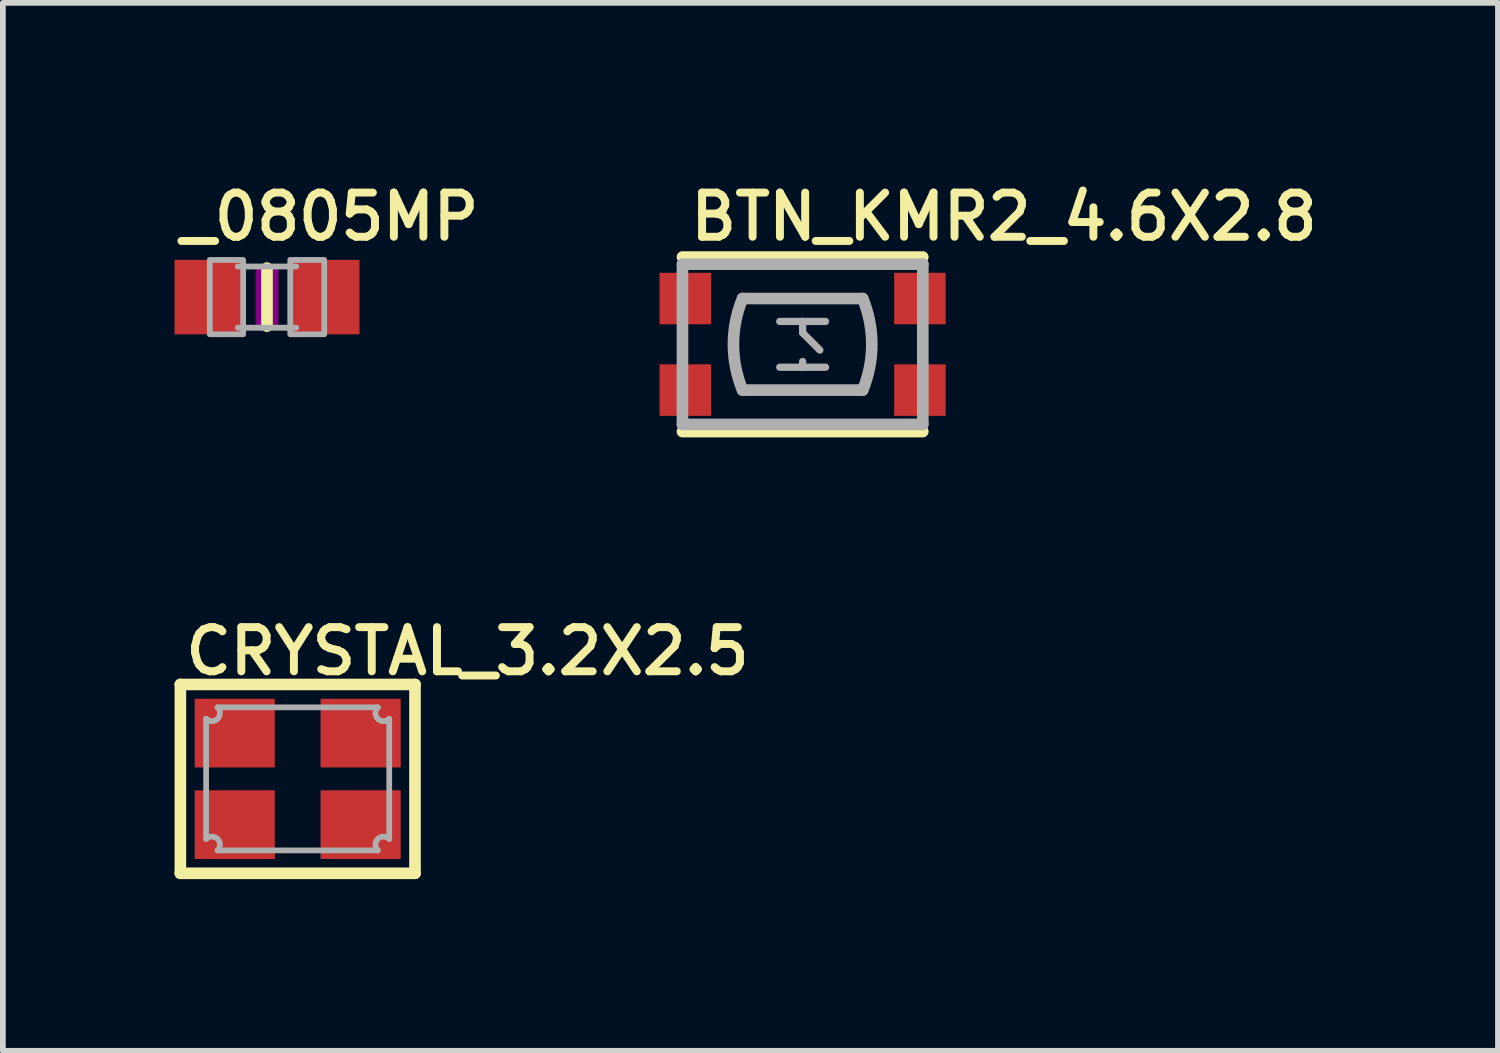
<source format=kicad_pcb>
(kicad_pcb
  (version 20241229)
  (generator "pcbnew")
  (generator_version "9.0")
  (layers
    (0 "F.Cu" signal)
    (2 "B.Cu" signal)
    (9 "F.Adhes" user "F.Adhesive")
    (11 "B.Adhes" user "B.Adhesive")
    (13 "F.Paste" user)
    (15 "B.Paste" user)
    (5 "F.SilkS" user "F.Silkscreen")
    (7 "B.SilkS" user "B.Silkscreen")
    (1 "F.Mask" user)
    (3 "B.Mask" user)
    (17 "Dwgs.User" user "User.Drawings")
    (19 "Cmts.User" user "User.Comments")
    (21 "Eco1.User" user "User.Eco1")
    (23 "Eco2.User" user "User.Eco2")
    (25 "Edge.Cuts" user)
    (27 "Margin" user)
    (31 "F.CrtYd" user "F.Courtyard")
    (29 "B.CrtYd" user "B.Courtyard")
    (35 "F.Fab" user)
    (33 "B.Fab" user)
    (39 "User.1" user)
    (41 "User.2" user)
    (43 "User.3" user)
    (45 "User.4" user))
  (footprint "BTN_KMR2_4.6X2.8"
    (layer "F.Cu")
    (at 10.976 2.967)
    (property "Reference" "BTN_KMR2_4.6X2.8" (at -2.032 -1.778 0) (layer "F.SilkS") (effects (font (size 0.772 0.772) (thickness 0.139)) (justify left bottom)))
    (attr through_hole)
    (fp_line (start -2.1 -1.525) (end 2.1 -1.525) (stroke (width 0.203) (type solid)) (layer "F.SilkS"))
    (fp_line (start 2.1 1.525) (end -2.1 1.525) (stroke (width 0.203) (type solid)) (layer "F.SilkS"))
    (fp_line (start -2.1 -1.4) (end 2.1 -1.4) (stroke (width 0.203) (type solid)) (layer "F.Fab"))
    (fp_line (start -2.1 1.4) (end -2.1 -1.4) (stroke (width 0.203) (type solid)) (layer "F.Fab"))
    (fp_line (start -1.05 -0.8) (end 1.05 -0.8) (stroke (width 0.203) (type solid)) (layer "F.Fab"))
    (fp_line (start -0.4 -0.4) (end 0 -0.4) (stroke (width 0.127) (type solid)) (layer "F.Fab"))
    (fp_line (start -0.4 0.4) (end 0 0.4) (stroke (width 0.127) (type solid)) (layer "F.Fab"))
    (fp_line (start 0 -0.4) (end 0 -0.2) (stroke (width 0.127) (type solid)) (layer "F.Fab"))
    (fp_line (start 0 -0.4) (end 0.4 -0.4) (stroke (width 0.127) (type solid)) (layer "F.Fab"))
    (fp_line (start 0 -0.2) (end 0.3 0.1) (stroke (width 0.127) (type solid)) (layer "F.Fab"))
    (fp_line (start 0 0.4) (end 0 0.3) (stroke (width 0.127) (type solid)) (layer "F.Fab"))
    (fp_line (start 0 0.4) (end 0.4 0.4) (stroke (width 0.127) (type solid)) (layer "F.Fab"))
    (fp_line (start 1.05 0.8) (end -1.05 0.8) (stroke (width 0.203) (type solid)) (layer "F.Fab"))
    (fp_line (start 2.1 -1.4) (end 2.1 1.4) (stroke (width 0.203) (type solid)) (layer "F.Fab"))
    (fp_line (start 2.1 1.4) (end -2.1 1.4) (stroke (width 0.203) (type solid)) (layer "F.Fab"))
    (fp_arc (start -1.05 0.8) (mid -1.209128 0) (end -1.05 -0.799999) (stroke (width 0.2032) (type solid)) (layer "F.Fab"))
    (fp_arc (start 1.05 -0.8) (mid 1.209128 0) (end 1.05 0.799999) (stroke (width 0.2032) (type solid)) (layer "F.Fab"))
    (pad "A" smd rect (at 2.05 -0.8) (size 0.9 0.9) (layers "F.Cu" "F.Mask" "F.Paste"))
    (pad "A'" smd rect (at -2.05 -0.8) (size 0.9 0.9) (layers "F.Cu" "F.Mask" "F.Paste"))
    (pad "B" smd rect (at 2.05 0.8) (size 0.9 0.9) (layers "F.Cu" "F.Mask" "F.Paste"))
    (pad "B'" smd rect (at -2.05 0.8) (size 0.9 0.9) (layers "F.Cu" "F.Mask" "F.Paste")))
  (footprint "CRYSTAL_3.2X2.5"
    (layer "F.Cu")
    (at 2.152 10.561)
    (property "Reference" "CRYSTAL_3.2X2.5" (at -2.032 -1.778 0) (layer "F.SilkS") (effects (font (size 0.772 0.772) (thickness 0.139)) (justify left bottom)))
    (attr through_hole)
    (fp_line (start -2.05 -1.65) (end -2.05 1.65) (stroke (width 0.203) (type solid)) (layer "F.SilkS"))
    (fp_line (start -2.05 -1.65) (end 2.05 -1.65) (stroke (width 0.203) (type solid)) (layer "F.SilkS"))
    (fp_line (start -2.05 1.65) (end 2.05 1.65) (stroke (width 0.203) (type solid)) (layer "F.SilkS"))
    (fp_line (start 2.05 -1.65) (end 2.05 1.65) (stroke (width 0.203) (type solid)) (layer "F.SilkS"))
    (fp_line (start -1.6 -1.05) (end -1.6 1.05) (stroke (width 0.1) (type solid)) (layer "F.Fab"))
    (fp_line (start -1.4 -1.25) (end 1.4 -1.25) (stroke (width 0.1) (type solid)) (layer "F.Fab"))
    (fp_line (start -1.4 1.25) (end 1.4 1.25) (stroke (width 0.1) (type solid)) (layer "F.Fab"))
    (fp_line (start 1.6 -1.05) (end 1.6 1.05) (stroke (width 0.1) (type solid)) (layer "F.Fab"))
    (fp_arc (start -1.6 1.05) (mid -1.4 1.05) (end -1.4 1.25) (stroke (width 0.1) (type solid)) (layer "F.Fab"))
    (fp_arc (start -1.4 -1.25) (mid -1.4 -1.05) (end -1.6 -1.05) (stroke (width 0.1) (type solid)) (layer "F.Fab"))
    (fp_arc (start 1.4 1.25) (mid 1.4 1.05) (end 1.6 1.05) (stroke (width 0.1) (type solid)) (layer "F.Fab"))
    (fp_arc (start 1.6 -1.05) (mid 1.4 -1.05) (end 1.4 -1.25) (stroke (width 0.1) (type solid)) (layer "F.Fab"))
    (pad "1" smd rect (at -1.1 0.8) (size 1.4 1.2) (layers "F.Cu" "F.Mask" "F.Paste"))
    (pad "2" smd rect (at 1.1 -0.8) (size 1.4 1.2) (layers "F.Cu" "F.Mask" "F.Paste"))
    (pad "GND1" smd rect (at -1.1 -0.8) (size 1.4 1.2) (layers "F.Cu" "F.Mask" "F.Paste"))
    (pad "GND2" smd rect (at 1.1 0.8) (size 1.4 1.2) (layers "F.Cu" "F.Mask" "F.Paste")))
  (footprint "_0805MP"
    (layer "F.Cu")
    (at 1.616 2.142)
    (property "Reference" "_0805MP" (at -1.587 -0.953 180) (layer "F.SilkS") (effects (font (size 0.772 0.772) (thickness 0.139)) (justify left bottom)))
    (attr through_hole)
    (fp_line (start 0 -0.508) (end 0 0.508) (stroke (width 0.203) (type solid)) (layer "F.SilkS"))
    (fp_poly (pts (xy -0.2 0.5) (xy 0.2 0.5) (xy 0.2 -0.5) (xy -0.2 -0.5)) (stroke (width 0) (type solid)) (fill yes) (layer "F.Adhes"))
    (fp_line (start -0.51 -0.535) (end 0.51 -0.535) (stroke (width 0.102) (type solid)) (layer "F.Fab"))
    (fp_line (start -0.51 0.535) (end 0.51 0.535) (stroke (width 0.102) (type solid)) (layer "F.Fab"))
    (fp_poly (pts (xy -1 0.65) (xy -0.417 0.65) (xy -0.417 -0.65) (xy -1 -0.65)) (stroke (width 0.1) (type solid)) (fill no) (layer "F.Fab"))
    (fp_poly (pts (xy 0.406 0.65) (xy 1 0.65) (xy 1 -0.65) (xy 0.406 -0.65)) (stroke (width 0.1) (type solid)) (fill no) (layer "F.Fab"))
    (pad "1" smd rect (at -1.016 0) (size 1.2 1.3) (layers "F.Cu" "F.Mask" "F.Paste"))
    (pad "2" smd rect (at 1.016 0) (size 1.2 1.3) (layers "F.Cu" "F.Mask" "F.Paste")))
  (gr_rect
    (start -3 -3)
    (end 23.127 15.313)
    (stroke (width 0.1) (type default))
    (fill no)
    (layer "Edge.Cuts")))
</source>
